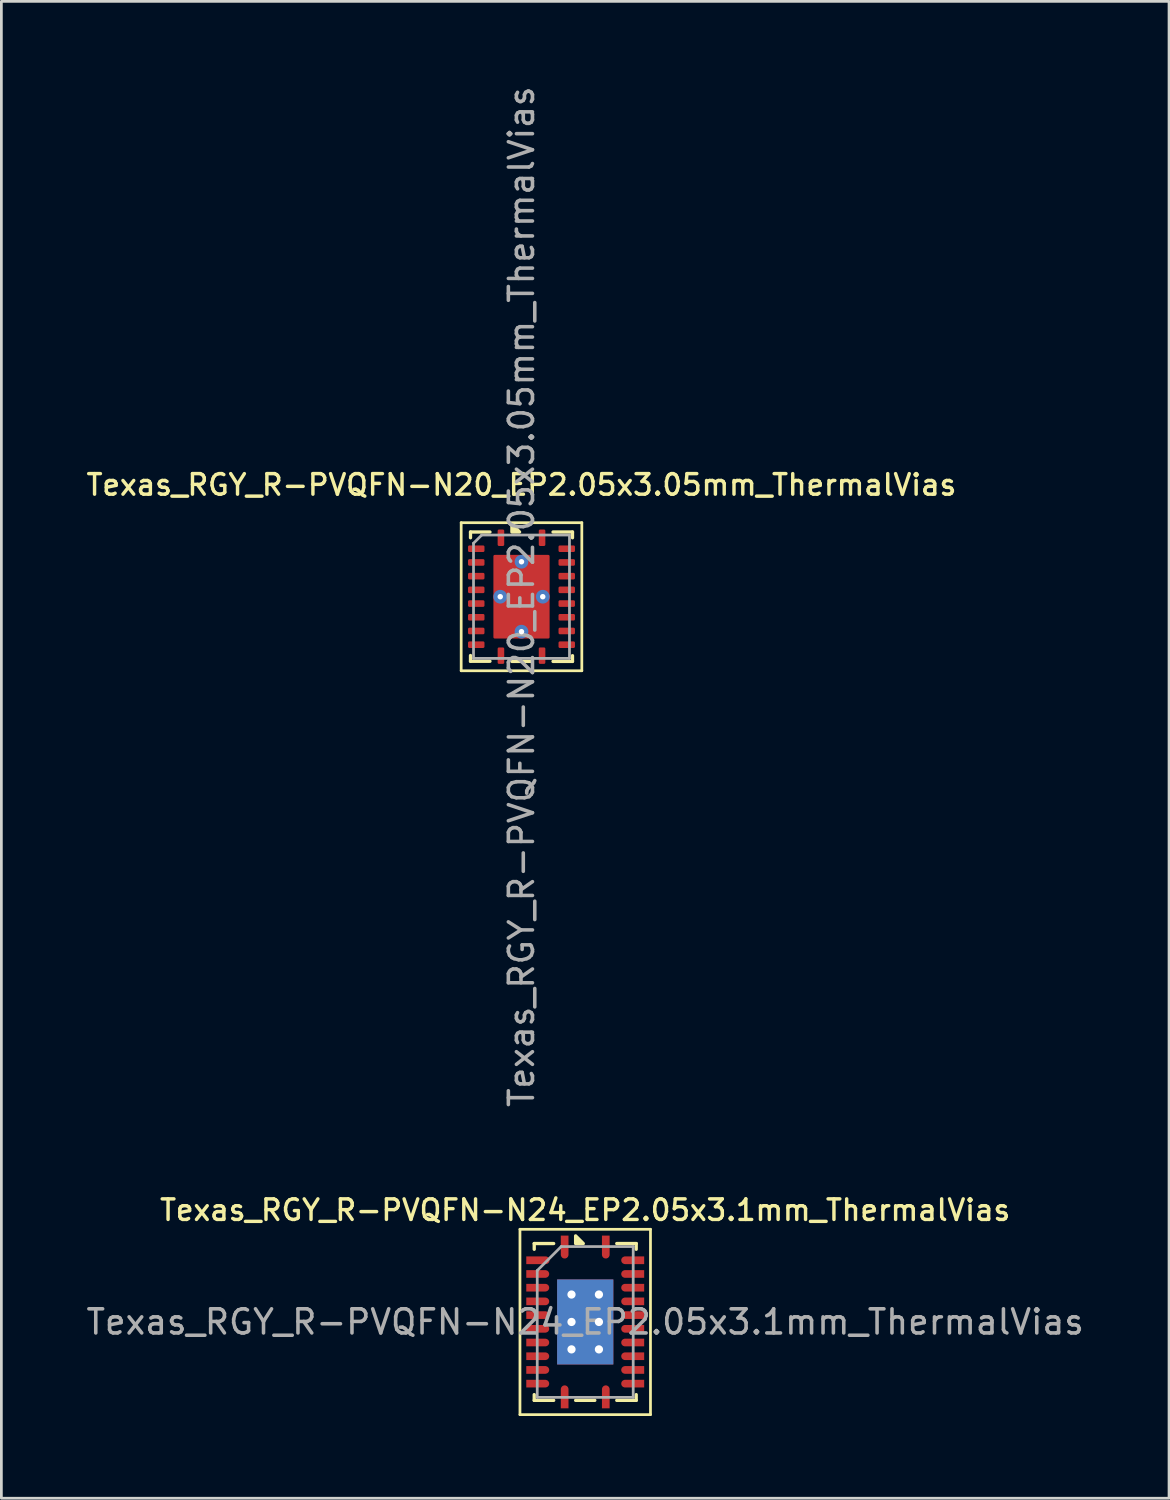
<source format=kicad_pcb>
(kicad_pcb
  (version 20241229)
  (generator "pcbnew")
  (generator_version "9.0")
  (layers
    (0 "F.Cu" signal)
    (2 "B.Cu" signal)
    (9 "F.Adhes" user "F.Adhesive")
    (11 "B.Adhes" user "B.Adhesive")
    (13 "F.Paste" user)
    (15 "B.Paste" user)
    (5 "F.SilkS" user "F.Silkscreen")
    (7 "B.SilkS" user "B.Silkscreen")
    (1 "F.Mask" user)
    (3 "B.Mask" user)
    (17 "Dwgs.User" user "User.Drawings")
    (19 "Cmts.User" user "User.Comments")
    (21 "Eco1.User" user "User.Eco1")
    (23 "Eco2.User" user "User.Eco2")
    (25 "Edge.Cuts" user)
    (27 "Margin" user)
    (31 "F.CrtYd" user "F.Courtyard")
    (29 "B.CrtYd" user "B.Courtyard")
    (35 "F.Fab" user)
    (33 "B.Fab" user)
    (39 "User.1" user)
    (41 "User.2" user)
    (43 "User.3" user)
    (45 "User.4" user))
  (footprint "Texas_RGY_R-PVQFN-N24_EP2.05x3.1mm_ThermalVias"
    (layer "F.Cu")
    (at 18.294 45.164)
    (property "Reference" "Texas_RGY_R-PVQFN-N24_EP2.05x3.1mm_ThermalVias" (at 0 -4.08 0) (layer "F.SilkS") (effects (font (size 0.75 0.75) (thickness 0.125))))
    (attr smd)
    (fp_line (start -2.38 -3.38) (end -2.38 3.38) (stroke (width 0.1) (type solid)) (layer "F.SilkS"))
    (fp_line (start -2.38 3.38) (end 2.38 3.38) (stroke (width 0.1) (type solid)) (layer "F.SilkS"))
    (fp_line (start -1.86 -2.86) (end -1.86 -2.65) (stroke (width 0.12) (type solid)) (layer "F.SilkS"))
    (fp_line (start -1.86 2.86) (end -1.86 2.65) (stroke (width 0.12) (type solid)) (layer "F.SilkS"))
    (fp_line (start -1.15 -2.86) (end -1.86 -2.86) (stroke (width 0.12) (type solid)) (layer "F.SilkS"))
    (fp_line (start -1.15 2.86) (end -1.86 2.86) (stroke (width 0.12) (type solid)) (layer "F.SilkS"))
    (fp_line (start 0.35 2.86) (end -0.35 2.86) (stroke (width 0.12) (type solid)) (layer "F.SilkS"))
    (fp_line (start 1.15 -2.86) (end 1.86 -2.86) (stroke (width 0.12) (type solid)) (layer "F.SilkS"))
    (fp_line (start 1.15 2.86) (end 1.86 2.86) (stroke (width 0.12) (type solid)) (layer "F.SilkS"))
    (fp_line (start 1.86 -2.86) (end 1.86 -2.65) (stroke (width 0.12) (type solid)) (layer "F.SilkS"))
    (fp_line (start 1.86 2.86) (end 1.86 2.65) (stroke (width 0.12) (type solid)) (layer "F.SilkS"))
    (fp_line (start 2.38 -3.38) (end -2.38 -3.38) (stroke (width 0.1) (type solid)) (layer "F.SilkS"))
    (fp_line (start 2.38 3.38) (end 2.38 -3.38) (stroke (width 0.1) (type solid)) (layer "F.SilkS"))
    (fp_poly (pts (xy -0.35 -2.86) (xy -0.35 -3.14) (xy -0.07 -2.86) (xy -0.35 -2.86)) (stroke (width 0.12) (type solid)) (fill yes) (layer "F.SilkS"))
    (fp_line (start -1.75 -1.875) (end -0.875 -2.75) (stroke (width 0.1) (type solid)) (layer "F.Fab"))
    (fp_line (start -1.75 2.75) (end -1.75 -1.875) (stroke (width 0.1) (type solid)) (layer "F.Fab"))
    (fp_line (start -0.875 -2.75) (end 1.75 -2.75) (stroke (width 0.1) (type solid)) (layer "F.Fab"))
    (fp_line (start 1.75 -2.75) (end 1.75 2.75) (stroke (width 0.1) (type solid)) (layer "F.Fab"))
    (fp_line (start 1.75 2.75) (end -1.75 2.75) (stroke (width 0.1) (type solid)) (layer "F.Fab"))
    (fp_text user "${REFERENCE}" (at 0 0 0) (layer "F.Fab") (effects (font (size 0.88 0.88) (thickness 0.13))))
    (pad "" smd rect (at -0.56 -0.81) (size 0.82 1.32) (layers "F.Paste"))
    (pad "" smd rect (at -0.56 0.81) (size 0.82 1.32) (layers "F.Paste"))
    (pad "" smd rect (at 0.56 -0.81) (size 0.82 1.32) (layers "F.Paste"))
    (pad "" smd rect (at 0.56 0.81) (size 0.82 1.32) (layers "F.Paste"))
    (pad "1" smd custom (at -0.75 -2.795) (size 0.28 0.71) (layers "F.Cu" "F.Mask" "F.Paste") (options (anchor rect)) (primitives (gr_circle (center 0 0.343) (end 0.14 0.343) (width 0) (fill yes))))
    (pad "2" smd custom (at -1.795 -2.25) (size 0.71 0.28) (layers "F.Cu" "F.Mask" "F.Paste") (options (anchor rect)) (primitives (gr_circle (center 0.355 0) (end 0.495 0) (width 0) (fill yes))))
    (pad "3" smd custom (at -1.795 -1.75) (size 0.71 0.28) (layers "F.Cu" "F.Mask" "F.Paste") (options (anchor rect)) (primitives (gr_circle (center 0.343 0) (end 0.482 0) (width 0) (fill yes))))
    (pad "4" smd custom (at -1.795 -1.25) (size 0.71 0.28) (layers "F.Cu" "F.Mask" "F.Paste") (options (anchor rect)) (primitives (gr_circle (center 0.343 0) (end 0.482 0) (width 0) (fill yes))))
    (pad "5" smd custom (at -1.795 -0.75) (size 0.71 0.28) (layers "F.Cu" "F.Mask" "F.Paste") (options (anchor rect)) (primitives (gr_circle (center 0.343 0) (end 0.482 0) (width 0) (fill yes))))
    (pad "6" smd custom (at -1.795 -0.25) (size 0.71 0.28) (layers "F.Cu" "F.Mask" "F.Paste") (options (anchor rect)) (primitives (gr_circle (center 0.343 0) (end 0.482 0) (width 0) (fill yes))))
    (pad "7" smd custom (at -1.795 0.25) (size 0.71 0.28) (layers "F.Cu" "F.Mask" "F.Paste") (options (anchor rect)) (primitives (gr_circle (center 0.343 0) (end 0.482 0) (width 0) (fill yes))))
    (pad "8" smd custom (at -1.795 0.75) (size 0.71 0.28) (layers "F.Cu" "F.Mask" "F.Paste") (options (anchor rect)) (primitives (gr_circle (center 0.343 0) (end 0.482 0) (width 0) (fill yes))))
    (pad "9" smd custom (at -1.795 1.25) (size 0.71 0.28) (layers "F.Cu" "F.Mask" "F.Paste") (options (anchor rect)) (primitives (gr_circle (center 0.343 0) (end 0.482 0) (width 0) (fill yes))))
    (pad "10" smd custom (at -1.795 1.75) (size 0.71 0.28) (layers "F.Cu" "F.Mask" "F.Paste") (options (anchor rect)) (primitives (gr_circle (center 0.343 0) (end 0.482 0) (width 0) (fill yes))))
    (pad "11" smd custom (at -1.795 2.25) (size 0.71 0.28) (layers "F.Cu" "F.Mask" "F.Paste") (options (anchor rect)) (primitives (gr_circle (center 0.343 0) (end 0.482 0) (width 0) (fill yes))))
    (pad "12" smd custom (at -0.75 2.795) (size 0.28 0.71) (layers "F.Cu" "F.Mask" "F.Paste") (options (anchor rect)) (primitives (gr_circle (center 0 -0.343) (end 0.14 -0.343) (width 0) (fill yes))))
    (pad "13" smd custom (at 0.75 2.795) (size 0.28 0.71) (layers "F.Cu" "F.Mask" "F.Paste") (options (anchor rect)) (primitives (gr_circle (center 0 -0.343) (end 0.14 -0.343) (width 0) (fill yes))))
    (pad "14" smd custom (at 1.795 2.25) (size 0.71 0.28) (layers "F.Cu" "F.Mask" "F.Paste") (options (anchor rect)) (primitives (gr_circle (center -0.343 0) (end -0.203 0) (width 0) (fill yes))))
    (pad "15" smd custom (at 1.795 1.75) (size 0.71 0.28) (layers "F.Cu" "F.Mask" "F.Paste") (options (anchor rect)) (primitives (gr_circle (center -0.343 0) (end -0.203 0) (width 0) (fill yes))))
    (pad "16" smd custom (at 1.795 1.25) (size 0.71 0.28) (layers "F.Cu" "F.Mask" "F.Paste") (options (anchor rect)) (primitives (gr_circle (center -0.343 0) (end -0.203 0) (width 0) (fill yes))))
    (pad "17" smd custom (at 1.795 0.75) (size 0.71 0.28) (layers "F.Cu" "F.Mask" "F.Paste") (options (anchor rect)) (primitives (gr_circle (center -0.343 0) (end -0.203 0) (width 0) (fill yes))))
    (pad "18" smd custom (at 1.795 0.25) (size 0.71 0.28) (layers "F.Cu" "F.Mask" "F.Paste") (options (anchor rect)) (primitives (gr_circle (center -0.343 0) (end -0.203 0) (width 0) (fill yes))))
    (pad "19" smd custom (at 1.795 -0.25) (size 0.71 0.28) (layers "F.Cu" "F.Mask" "F.Paste") (options (anchor rect)) (primitives (gr_circle (center -0.343 0) (end -0.203 0) (width 0) (fill yes))))
    (pad "20" smd custom (at 1.795 -0.75) (size 0.71 0.28) (layers "F.Cu" "F.Mask" "F.Paste") (options (anchor rect)) (primitives (gr_circle (center -0.343 0) (end -0.203 0) (width 0) (fill yes))))
    (pad "21" smd custom (at 1.795 -1.25) (size 0.71 0.28) (layers "F.Cu" "F.Mask" "F.Paste") (options (anchor rect)) (primitives (gr_circle (center -0.343 0) (end -0.203 0) (width 0) (fill yes))))
    (pad "22" smd custom (at 1.795 -1.75) (size 0.71 0.28) (layers "F.Cu" "F.Mask" "F.Paste") (options (anchor rect)) (primitives (gr_circle (center -0.343 0) (end -0.203 0) (width 0) (fill yes))))
    (pad "23" smd custom (at 1.795 -2.25) (size 0.71 0.28) (layers "F.Cu" "F.Mask" "F.Paste") (options (anchor rect)) (primitives (gr_circle (center -0.343 0) (end -0.203 0) (width 0) (fill yes))))
    (pad "24" smd custom (at 0.75 -2.795) (size 0.28 0.71) (layers "F.Cu" "F.Mask" "F.Paste") (options (anchor rect)) (primitives (gr_circle (center 0 0.343) (end 0.14 0.343) (width 0) (fill yes))))
    (pad "25" thru_hole circle (at -0.5 -1) (size 0.6 0.6) (drill 0.3) (layers "*.Cu"))
    (pad "25" thru_hole circle (at -0.5 0) (size 0.6 0.6) (drill 0.3) (layers "*.Cu"))
    (pad "25" thru_hole circle (at -0.5 1) (size 0.6 0.6) (drill 0.3) (layers "*.Cu"))
    (pad "25" smd rect (at 0 0) (size 2.05 3.1) (layers "F.Cu" "F.Mask"))
    (pad "25" smd rect (at 0 0) (size 2.05 3.1) (layers "B.Cu"))
    (pad "25" thru_hole circle (at 0.5 -1) (size 0.6 0.6) (drill 0.3) (layers "*.Cu"))
    (pad "25" thru_hole circle (at 0.5 0) (size 0.6 0.6) (drill 0.3) (layers "*.Cu"))
    (pad "25" thru_hole circle (at 0.5 1) (size 0.6 0.6) (drill 0.3) (layers "*.Cu")))
  (footprint "Texas_RGY_R-PVQFN-N20_EP2.05x3.05mm_ThermalVias"
    (layer "F.Cu")
    (at 15.97 18.713)
    (property "Reference" "Texas_RGY_R-PVQFN-N20_EP2.05x3.05mm_ThermalVias" (at 0 -4.08 0) (layer "F.SilkS") (effects (font (size 0.75 0.75) (thickness 0.125))))
    (attr smd)
    (fp_line (start -2.2 -2.7) (end -2.2 2.7) (stroke (width 0.1) (type solid)) (layer "F.SilkS"))
    (fp_line (start -2.2 2.7) (end 2.2 2.7) (stroke (width 0.1) (type solid)) (layer "F.SilkS"))
    (fp_line (start -1.86 -2.36) (end -1.86 -2.15) (stroke (width 0.12) (type solid)) (layer "F.SilkS"))
    (fp_line (start -1.86 2.355) (end -1.86 2.145) (stroke (width 0.12) (type solid)) (layer "F.SilkS"))
    (fp_line (start -1.15 -2.36) (end -1.86 -2.36) (stroke (width 0.12) (type solid)) (layer "F.SilkS"))
    (fp_line (start -1.15 2.355) (end -1.86 2.355) (stroke (width 0.12) (type solid)) (layer "F.SilkS"))
    (fp_line (start 0.35 2.36) (end -0.35 2.36) (stroke (width 0.12) (type solid)) (layer "F.SilkS"))
    (fp_line (start 1.15 -2.36) (end 1.86 -2.36) (stroke (width 0.12) (type solid)) (layer "F.SilkS"))
    (fp_line (start 1.15 2.36) (end 1.86 2.36) (stroke (width 0.12) (type solid)) (layer "F.SilkS"))
    (fp_line (start 1.86 -2.36) (end 1.86 -2.15) (stroke (width 0.12) (type solid)) (layer "F.SilkS"))
    (fp_line (start 1.86 2.36) (end 1.86 2.15) (stroke (width 0.12) (type solid)) (layer "F.SilkS"))
    (fp_line (start 2.2 -2.7) (end -2.2 -2.7) (stroke (width 0.1) (type solid)) (layer "F.SilkS"))
    (fp_line (start 2.2 2.7) (end 2.2 -2.7) (stroke (width 0.1) (type solid)) (layer "F.SilkS"))
    (fp_poly (pts (xy -0.35 -2.36) (xy -0.35 -2.64) (xy -0.07 -2.36) (xy -0.35 -2.36)) (stroke (width 0.12) (type solid)) (fill yes) (layer "F.SilkS"))
    (fp_line (start -1.75 -1.95) (end -1.45 -2.25) (stroke (width 0.1) (type solid)) (layer "F.Fab"))
    (fp_line (start -1.75 2.25) (end -1.75 -1.95) (stroke (width 0.1) (type solid)) (layer "F.Fab"))
    (fp_line (start -1.45 -2.25) (end 1.75 -2.25) (stroke (width 0.1) (type solid)) (layer "F.Fab"))
    (fp_line (start 1.75 -2.25) (end 1.75 2.25) (stroke (width 0.1) (type solid)) (layer "F.Fab"))
    (fp_line (start 1.75 2.25) (end -1.75 2.25) (stroke (width 0.1) (type solid)) (layer "F.Fab"))
    (fp_text user "${REFERENCE}" (at 0 0 90) (layer "F.Fab") (effects (font (size 0.88 0.88) (thickness 0.13))))
    (pad "" smd rect (at -0.56 -0.77) (size 0.92 1.33) (layers "F.Paste"))
    (pad "" smd rect (at -0.56 0.77) (size 0.92 1.33) (layers "F.Paste"))
    (pad "" smd rect (at 0.56 -0.77) (size 0.92 1.33) (layers "F.Paste"))
    (pad "" smd rect (at 0.56 0.77) (size 0.92 1.33) (layers "F.Paste"))
    (pad "1" smd roundrect (at -0.75 -2.15 90) (size 0.6 0.24) (layers "F.Cu" "F.Mask" "F.Paste") (roundrect_rratio 0.208))
    (pad "2" smd roundrect (at -1.65 -1.75) (size 0.6 0.24) (layers "F.Cu" "F.Mask" "F.Paste") (roundrect_rratio 0.208))
    (pad "3" smd roundrect (at -1.65 -1.25) (size 0.6 0.24) (layers "F.Cu" "F.Mask" "F.Paste") (roundrect_rratio 0.208))
    (pad "4" smd roundrect (at -1.65 -0.75) (size 0.6 0.24) (layers "F.Cu" "F.Mask" "F.Paste") (roundrect_rratio 0.208))
    (pad "5" smd roundrect (at -1.65 -0.25) (size 0.6 0.24) (layers "F.Cu" "F.Mask" "F.Paste") (roundrect_rratio 0.208))
    (pad "6" smd roundrect (at -1.65 0.25) (size 0.6 0.24) (layers "F.Cu" "F.Mask" "F.Paste") (roundrect_rratio 0.208))
    (pad "7" smd roundrect (at -1.65 0.75) (size 0.6 0.24) (layers "F.Cu" "F.Mask" "F.Paste") (roundrect_rratio 0.208))
    (pad "8" smd roundrect (at -1.65 1.25) (size 0.6 0.24) (layers "F.Cu" "F.Mask" "F.Paste") (roundrect_rratio 0.208))
    (pad "9" smd roundrect (at -1.65 1.75) (size 0.6 0.24) (layers "F.Cu" "F.Mask" "F.Paste") (roundrect_rratio 0.208))
    (pad "10" smd roundrect (at -0.75 2.15 90) (size 0.6 0.24) (layers "F.Cu" "F.Mask" "F.Paste") (roundrect_rratio 0.208))
    (pad "11" smd roundrect (at 0.75 2.15 90) (size 0.6 0.24) (layers "F.Cu" "F.Mask" "F.Paste") (roundrect_rratio 0.208))
    (pad "12" smd roundrect (at 1.65 1.75) (size 0.6 0.24) (layers "F.Cu" "F.Mask" "F.Paste") (roundrect_rratio 0.208))
    (pad "13" smd roundrect (at 1.65 1.25) (size 0.6 0.24) (layers "F.Cu" "F.Mask" "F.Paste") (roundrect_rratio 0.208))
    (pad "14" smd roundrect (at 1.65 0.75) (size 0.6 0.24) (layers "F.Cu" "F.Mask" "F.Paste") (roundrect_rratio 0.208))
    (pad "15" smd roundrect (at 1.65 0.25) (size 0.6 0.24) (layers "F.Cu" "F.Mask" "F.Paste") (roundrect_rratio 0.208))
    (pad "16" smd roundrect (at 1.65 -0.25) (size 0.6 0.24) (layers "F.Cu" "F.Mask" "F.Paste") (roundrect_rratio 0.208))
    (pad "17" smd roundrect (at 1.65 -0.75) (size 0.6 0.24) (layers "F.Cu" "F.Mask" "F.Paste") (roundrect_rratio 0.208))
    (pad "18" smd roundrect (at 1.65 -1.25) (size 0.6 0.24) (layers "F.Cu" "F.Mask" "F.Paste") (roundrect_rratio 0.208))
    (pad "19" smd roundrect (at 1.65 -1.75) (size 0.6 0.24) (layers "F.Cu" "F.Mask" "F.Paste") (roundrect_rratio 0.208))
    (pad "20" smd roundrect (at 0.75 -2.15 90) (size 0.6 0.24) (layers "F.Cu" "F.Mask" "F.Paste") (roundrect_rratio 0.208))
    (pad "21" thru_hole circle (at -0.775 0) (size 0.5 0.5) (drill 0.2) (layers "*.Cu"))
    (pad "21" thru_hole circle (at 0 -1.275) (size 0.5 0.5) (drill 0.2) (layers "*.Cu"))
    (pad "21" smd roundrect (at 0 0) (size 2.05 3.05) (layers "F.Cu" "F.Mask") (roundrect_rratio 0.024))
    (pad "21" thru_hole circle (at 0 1.275) (size 0.5 0.5) (drill 0.2) (layers "*.Cu"))
    (pad "21" thru_hole circle (at 0.775 0) (size 0.5 0.5) (drill 0.2) (layers "*.Cu")))
  (gr_rect
    (start -3 -3)
    (end 39.587 51.594)
    (stroke (width 0.1) (type default))
    (fill no)
    (layer "Edge.Cuts")))
</source>
